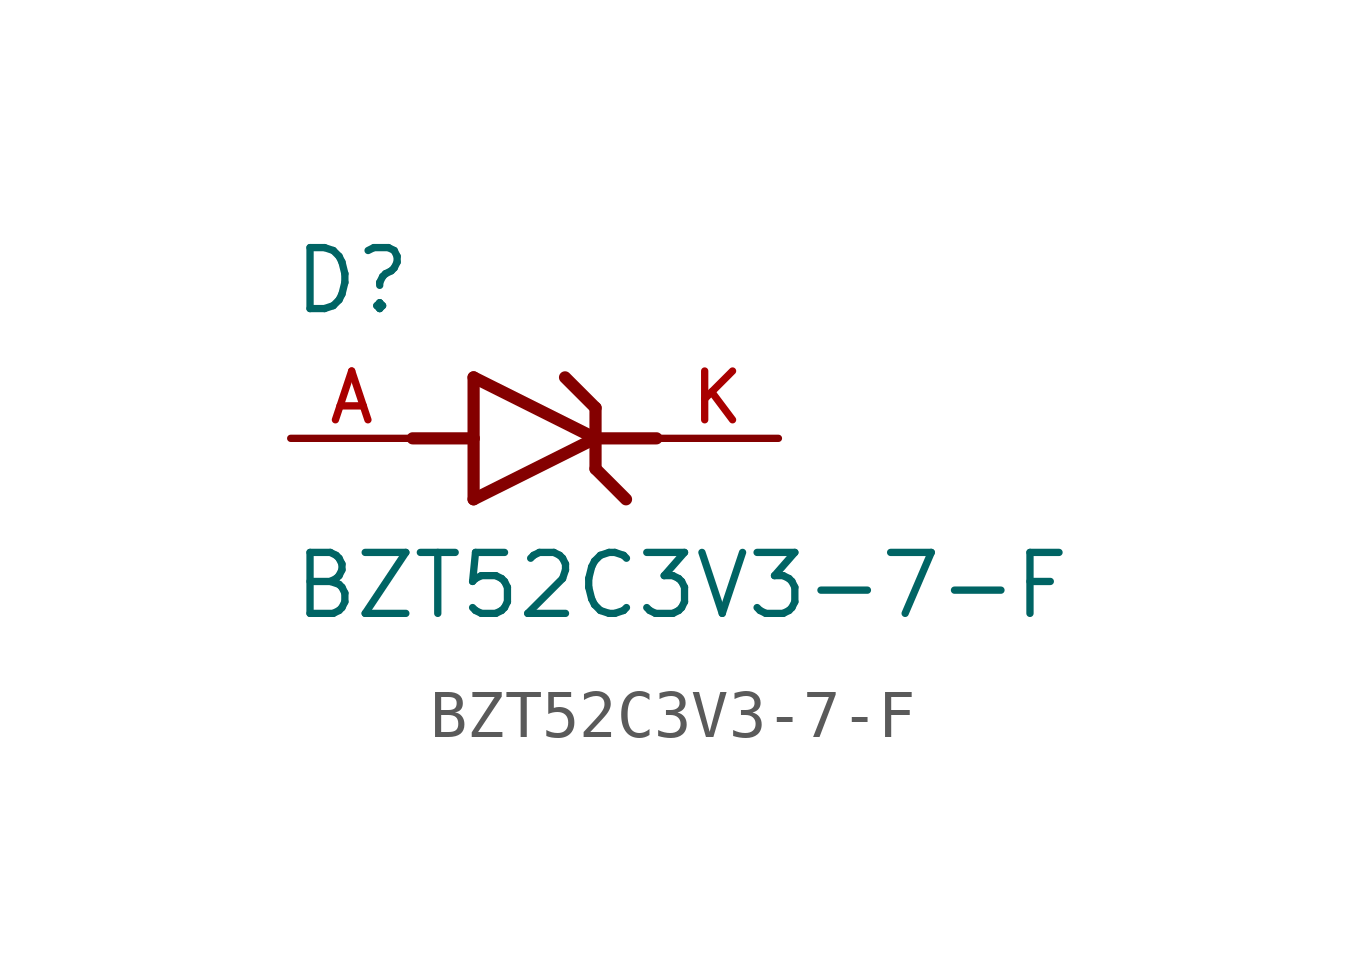
<source format=kicad_sym>
(kicad_symbol_lib
  (version 20211014)
  (generator kicad_symbol_editor)
  (symbol "BZT52C3V3-7-F"
    (pin_names
      (offset 1.016))
    (property "Reference" "D"
      (at -5.08 2.54 0)
      (effects (font (size 1.27 1.27)) (justify bottom left)))
    (property "Value" "BZT52C3V3-7-F"
      (at -5.08 -3.81 0)
      (effects (font (size 1.27 1.27)) (justify bottom left)))
    (symbol "BZT52C3V3-7-F_0_0"
      (polyline (pts (xy -1.27 -1.27) (xy 1.27 0.0)) (stroke (width 0.254)))
      (polyline (pts (xy 1.27 0.0) (xy -1.27 1.27)) (stroke (width 0.254)))
      (polyline (pts (xy 1.27 0.635) (xy 1.27 0.0)) (stroke (width 0.254)))
      (polyline (pts (xy -1.27 1.27) (xy -1.27 0.0)) (stroke (width 0.254)))
      (polyline (pts (xy -1.27 0.0) (xy -1.27 -1.27)) (stroke (width 0.254)))
      (polyline (pts (xy 1.27 0.0) (xy 1.27 -0.635)) (stroke (width 0.254)))
      (polyline (pts (xy -2.54 0.0) (xy -1.27 0.0)) (stroke (width 0.254)))
      (polyline (pts (xy 2.54 0.0) (xy 1.27 0.0)) (stroke (width 0.254)))
      (polyline (pts (xy 0.635 1.27) (xy 1.27 0.635)) (stroke (width 0.254)))
      (polyline (pts (xy 1.27 -0.635) (xy 1.905 -1.27)) (stroke (width 0.254)))
      (pin passive line (at 5.08 0.0 180.0) (length 2.54) (name "~" (effects (font (size 1.016 1.016)))) (number "K" (effects (font (size 1.016 1.016)))))
      (pin passive line (at -5.08 0.0 0) (length 2.54) (name "~" (effects (font (size 1.016 1.016)))) (number "A" (effects (font (size 1.016 1.016))))))))
</source>
